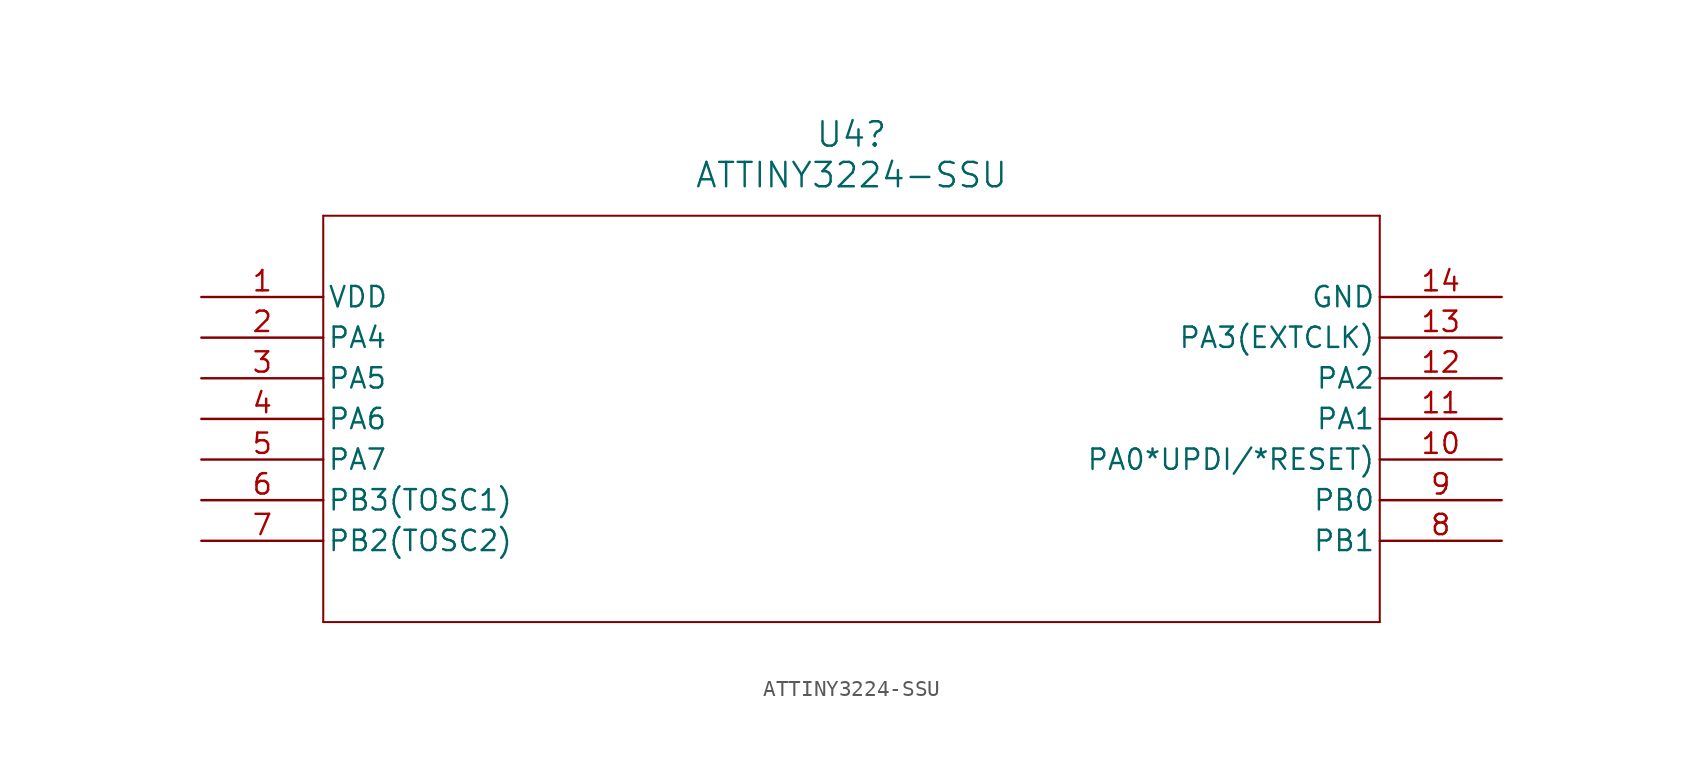
<source format=kicad_sym>
(kicad_symbol_lib
  (version 20231120)
  (generator "kicad_symbol_editor")
  (generator_version "8.99")
  (symbol "ATTINY3224-SSU"
    (pin_names
      (offset 0.254))
    (property "Reference" "U4"
      (at 40.64 10.16 0)
      (effects (font (size 1.524 1.524))))
    (property "Value" "ATTINY3224-SSU"
      (at 40.64 7.62 0)
      (effects (font (size 1.524 1.524))))
    (property "ki_locked" ""
      (at 0 0 0)
      (effects (font (size 1.27 1.27))))
    (symbol "ATTINY3224-SSU_0_1"
      (polyline (pts (xy 7.62 5.08) (xy 7.62 -20.32)) (stroke (width 0.127) (type default)) (fill (type none)))
      (polyline (pts (xy 7.62 -20.32) (xy 73.66 -20.32)) (stroke (width 0.127) (type default)) (fill (type none)))
      (polyline (pts (xy 73.66 5.08) (xy 7.62 5.08)) (stroke (width 0.127) (type default)) (fill (type none)))
      (polyline (pts (xy 73.66 -20.32) (xy 73.66 5.08)) (stroke (width 0.127) (type default)) (fill (type none)))
      (pin power_in line (at 0 0 0) (length 7.62) (name "VDD" (effects (font (size 1.27 1.27)))) (number "1" (effects (font (size 1.27 1.27)))))
      (pin bidirectional line (at 81.28 -10.16 180) (length 7.62) (name "PA0*UPDI/*RESET)" (effects (font (size 1.27 1.27)))) (number "10" (effects (font (size 1.27 1.27)))))
      (pin bidirectional line (at 81.28 -7.62 180) (length 7.62) (name "PA1" (effects (font (size 1.27 1.27)))) (number "11" (effects (font (size 1.27 1.27)))))
      (pin bidirectional line (at 81.28 -5.08 180) (length 7.62) (name "PA2" (effects (font (size 1.27 1.27)))) (number "12" (effects (font (size 1.27 1.27)))))
      (pin bidirectional line (at 81.28 -2.54 180) (length 7.62) (name "PA3(EXTCLK)" (effects (font (size 1.27 1.27)))) (number "13" (effects (font (size 1.27 1.27)))))
      (pin power_out line (at 81.28 0 180) (length 7.62) (name "GND" (effects (font (size 1.27 1.27)))) (number "14" (effects (font (size 1.27 1.27)))))
      (pin bidirectional line (at 0 -2.54 0) (length 7.62) (name "PA4" (effects (font (size 1.27 1.27)))) (number "2" (effects (font (size 1.27 1.27)))))
      (pin bidirectional line (at 0 -5.08 0) (length 7.62) (name "PA5" (effects (font (size 1.27 1.27)))) (number "3" (effects (font (size 1.27 1.27)))))
      (pin bidirectional line (at 0 -7.62 0) (length 7.62) (name "PA6" (effects (font (size 1.27 1.27)))) (number "4" (effects (font (size 1.27 1.27)))))
      (pin bidirectional line (at 0 -10.16 0) (length 7.62) (name "PA7" (effects (font (size 1.27 1.27)))) (number "5" (effects (font (size 1.27 1.27)))))
      (pin bidirectional line (at 0 -12.7 0) (length 7.62) (name "PB3(TOSC1)" (effects (font (size 1.27 1.27)))) (number "6" (effects (font (size 1.27 1.27)))))
      (pin bidirectional line (at 0 -15.24 0) (length 7.62) (name "PB2(TOSC2)" (effects (font (size 1.27 1.27)))) (number "7" (effects (font (size 1.27 1.27)))))
      (pin bidirectional line (at 81.28 -15.24 180) (length 7.62) (name "PB1" (effects (font (size 1.27 1.27)))) (number "8" (effects (font (size 1.27 1.27)))))
      (pin bidirectional line (at 81.28 -12.7 180) (length 7.62) (name "PB0" (effects (font (size 1.27 1.27)))) (number "9" (effects (font (size 1.27 1.27))))))))
</source>
